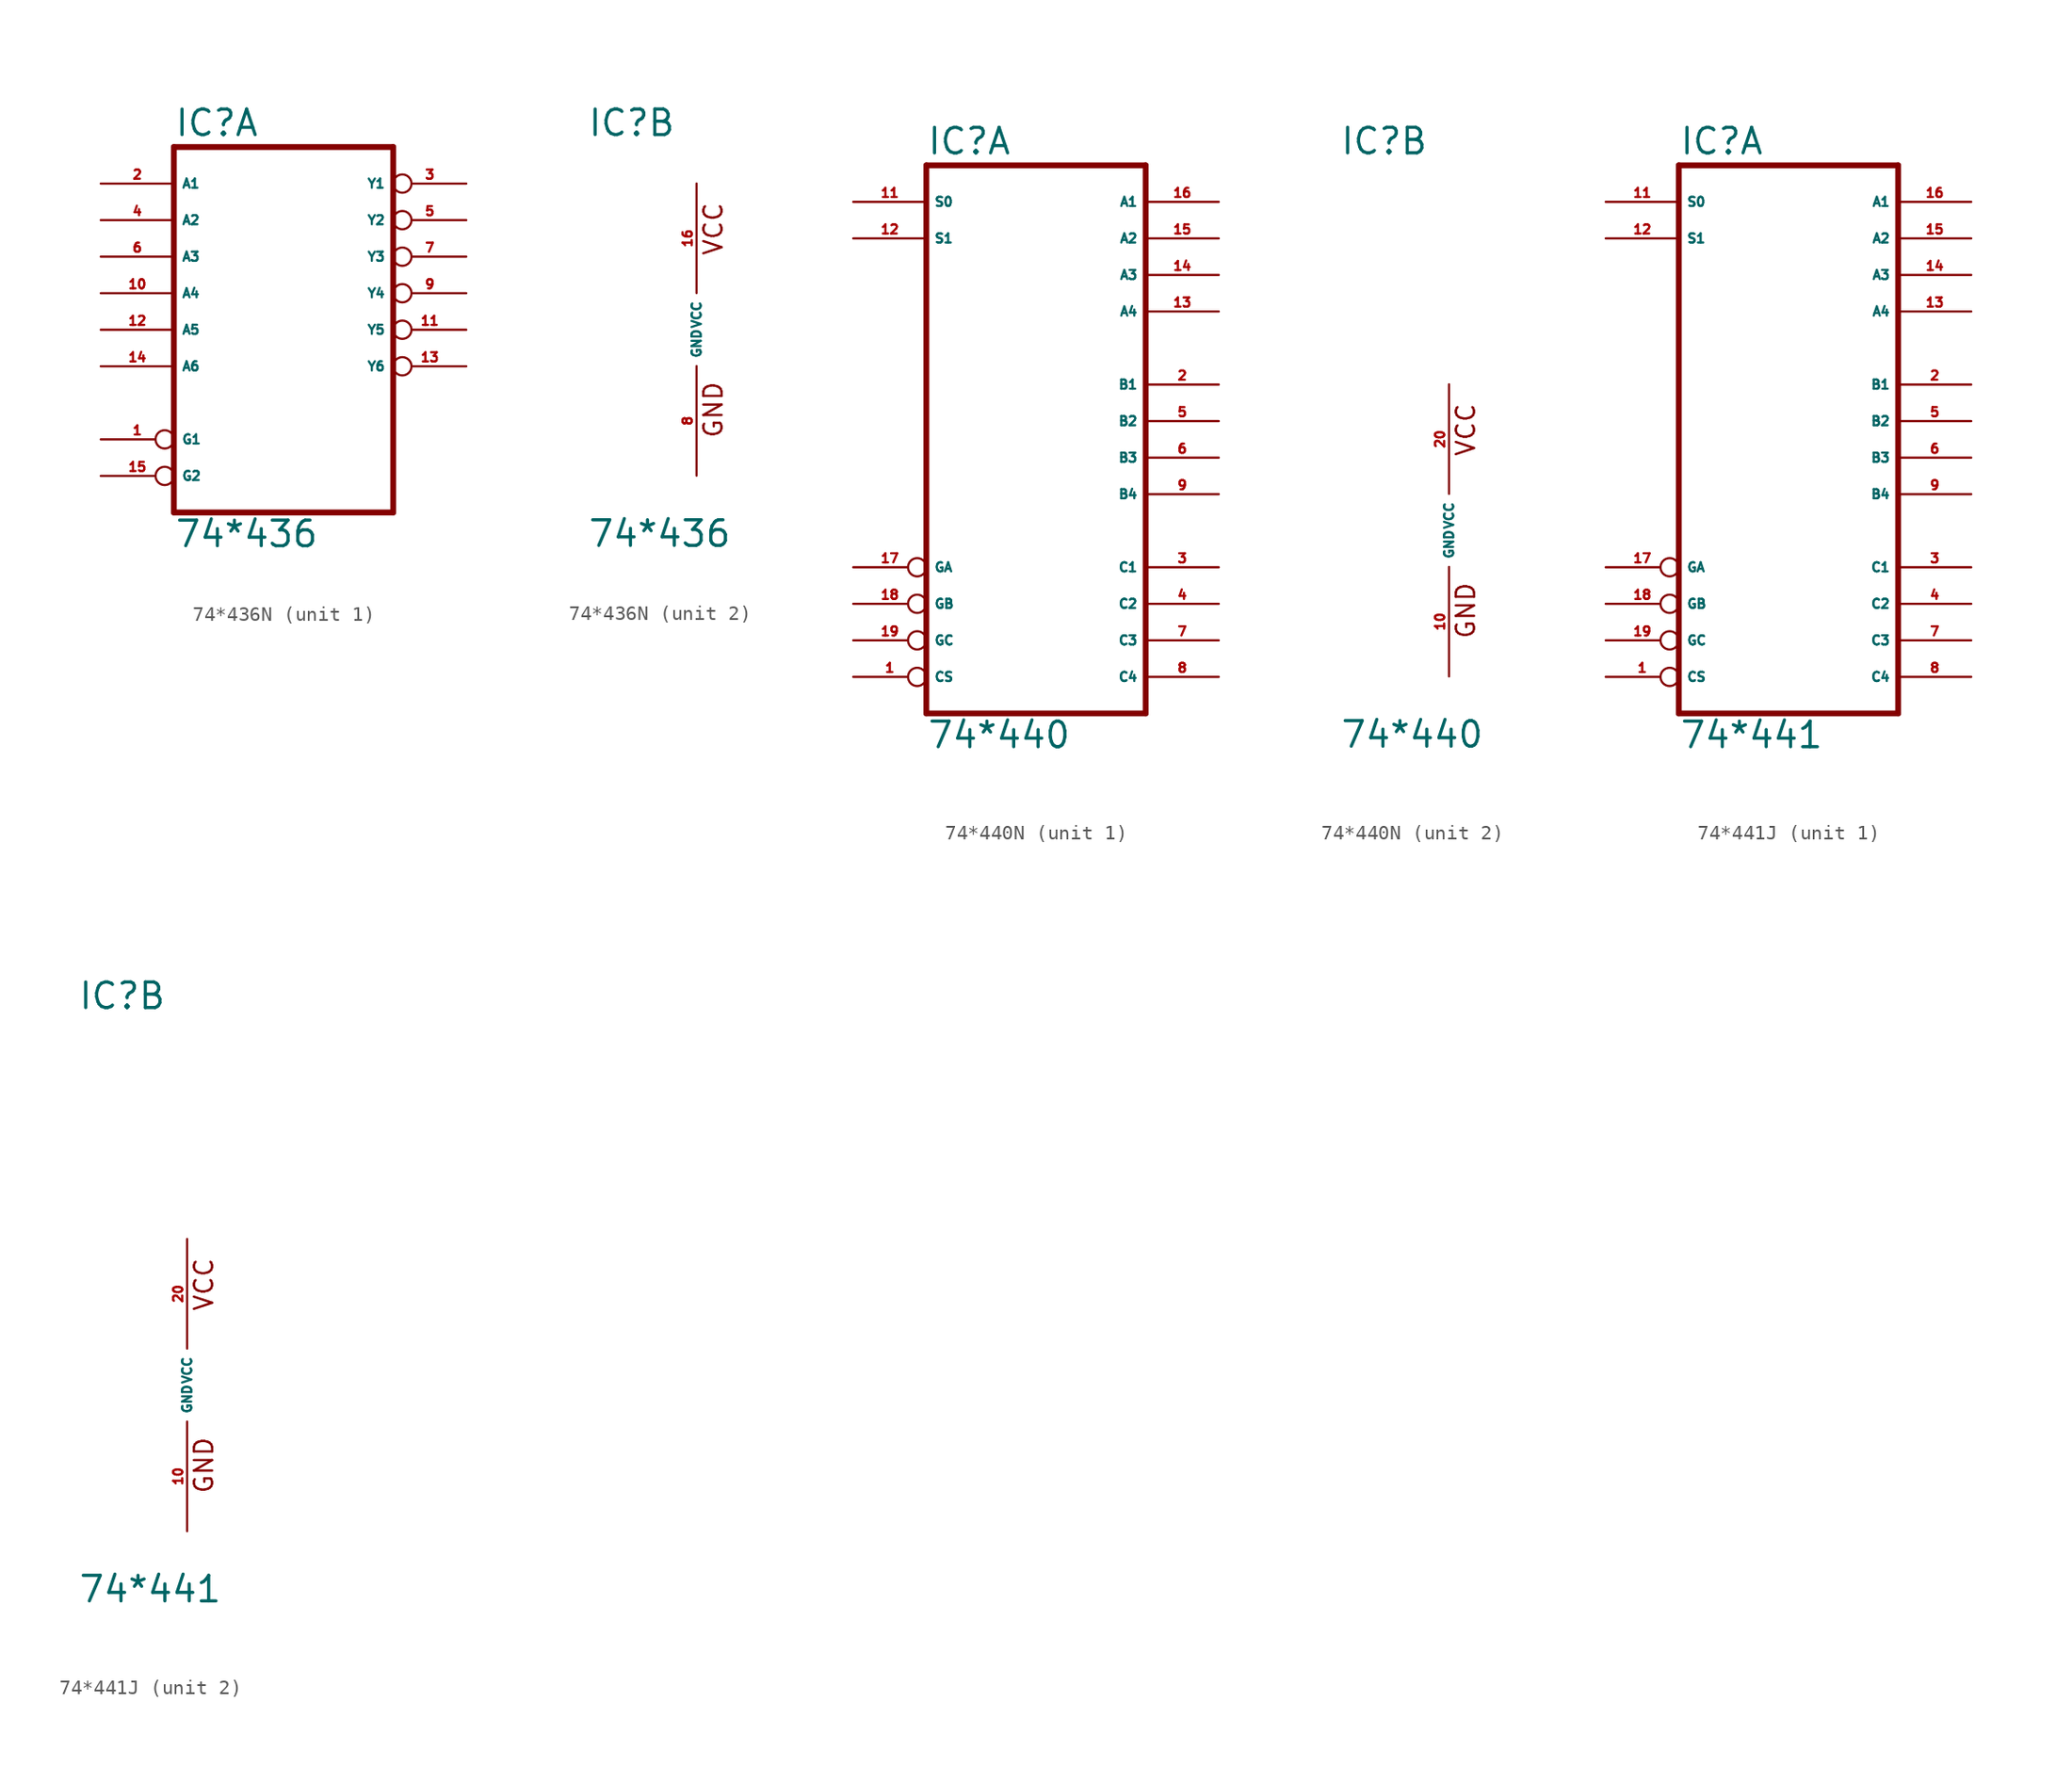
<source format=kicad_sym>
(kicad_symbol_lib
  (version 20220914)
  (generator Eagle2Kicad)
  (symbol "74*436N"
    (property "Reference" "IC"
      (at -7.62 13.335 0)
      (effects (font (size 1.778 1.778) (thickness 0.22)) (justify left bottom)))
    (property "Value" "74*436"
      (at -7.62 -15.24 0)
      (effects (font (size 1.778 1.778) (thickness 0.22)) (justify left bottom)))
    (symbol "74*436N_1_0"
      (polyline (pts (xy -7.62 -12.7) (xy 7.62 -12.7)) (stroke (width 0.406) (type default)) (fill (type none)))
      (polyline (pts (xy 7.62 -12.7) (xy 7.62 12.7)) (stroke (width 0.406) (type default)) (fill (type none)))
      (polyline (pts (xy 7.62 12.7) (xy -7.62 12.7)) (stroke (width 0.406) (type default)) (fill (type none)))
      (polyline (pts (xy -7.62 12.7) (xy -7.62 -12.7)) (stroke (width 0.406) (type default)) (fill (type none)))
      (pin input inverted (at -12.7 -7.62 0) (length 5.08) (name "G1" (effects (font (size 0.635 0.635) (thickness 0.08)) (justify left bottom))) (number "1" (effects (font (size 0.635 0.635) (thickness 0.08)) (justify left bottom))))
      (pin input line (at -12.7 10.16 0) (length 5.08) (name "A1" (effects (font (size 0.635 0.635) (thickness 0.08)) (justify left bottom))) (number "2" (effects (font (size 0.635 0.635) (thickness 0.08)) (justify left bottom))))
      (pin output inverted (at 12.7 10.16 180) (length 5.08) (name "Y1" (effects (font (size 0.635 0.635) (thickness 0.08)) (justify left bottom))) (number "3" (effects (font (size 0.635 0.635) (thickness 0.08)) (justify left bottom))))
      (pin input line (at -12.7 7.62 0) (length 5.08) (name "A2" (effects (font (size 0.635 0.635) (thickness 0.08)) (justify left bottom))) (number "4" (effects (font (size 0.635 0.635) (thickness 0.08)) (justify left bottom))))
      (pin output inverted (at 12.7 7.62 180) (length 5.08) (name "Y2" (effects (font (size 0.635 0.635) (thickness 0.08)) (justify left bottom))) (number "5" (effects (font (size 0.635 0.635) (thickness 0.08)) (justify left bottom))))
      (pin input line (at -12.7 5.08 0) (length 5.08) (name "A3" (effects (font (size 0.635 0.635) (thickness 0.08)) (justify left bottom))) (number "6" (effects (font (size 0.635 0.635) (thickness 0.08)) (justify left bottom))))
      (pin output inverted (at 12.7 5.08 180) (length 5.08) (name "Y3" (effects (font (size 0.635 0.635) (thickness 0.08)) (justify left bottom))) (number "7" (effects (font (size 0.635 0.635) (thickness 0.08)) (justify left bottom))))
      (pin output inverted (at 12.7 2.54 180) (length 5.08) (name "Y4" (effects (font (size 0.635 0.635) (thickness 0.08)) (justify left bottom))) (number "9" (effects (font (size 0.635 0.635) (thickness 0.08)) (justify left bottom))))
      (pin input line (at -12.7 2.54 0) (length 5.08) (name "A4" (effects (font (size 0.635 0.635) (thickness 0.08)) (justify left bottom))) (number "10" (effects (font (size 0.635 0.635) (thickness 0.08)) (justify left bottom))))
      (pin output inverted (at 12.7 0 180) (length 5.08) (name "Y5" (effects (font (size 0.635 0.635) (thickness 0.08)) (justify left bottom))) (number "11" (effects (font (size 0.635 0.635) (thickness 0.08)) (justify left bottom))))
      (pin input line (at -12.7 0 0) (length 5.08) (name "A5" (effects (font (size 0.635 0.635) (thickness 0.08)) (justify left bottom))) (number "12" (effects (font (size 0.635 0.635) (thickness 0.08)) (justify left bottom))))
      (pin output inverted (at 12.7 -2.54 180) (length 5.08) (name "Y6" (effects (font (size 0.635 0.635) (thickness 0.08)) (justify left bottom))) (number "13" (effects (font (size 0.635 0.635) (thickness 0.08)) (justify left bottom))))
      (pin input line (at -12.7 -2.54 0) (length 5.08) (name "A6" (effects (font (size 0.635 0.635) (thickness 0.08)) (justify left bottom))) (number "14" (effects (font (size 0.635 0.635) (thickness 0.08)) (justify left bottom))))
      (pin input inverted (at -12.7 -10.16 0) (length 5.08) (name "G2" (effects (font (size 0.635 0.635) (thickness 0.08)) (justify left bottom))) (number "15" (effects (font (size 0.635 0.635) (thickness 0.08)) (justify left bottom)))))
    (symbol "74*436N_2_0"
      (text "GND" (at 1.905 -7.62 900) (effects (font (size 1.27 1.27) (thickness 0.16)) (justify left bottom)))
      (text "VCC" (at 1.905 5.08 900) (effects (font (size 1.27 1.27) (thickness 0.16)) (justify left bottom)))
      (pin unspecified line (at 0 -10.16 90) (length 7.62) (name "GND" (effects (font (size 0.635 0.635) (thickness 0.08)) (justify left bottom))) (number "8" (effects (font (size 0.635 0.635) (thickness 0.08)) (justify left bottom))))
      (pin unspecified line (at 0 10.16 270) (length 7.62) (name "VCC" (effects (font (size 0.635 0.635) (thickness 0.08)) (justify left bottom))) (number "16" (effects (font (size 0.635 0.635) (thickness 0.08)) (justify left bottom))))))
  (symbol "74*440N"
    (property "Reference" "IC"
      (at -7.62 26.035 0)
      (effects (font (size 1.778 1.778) (thickness 0.22)) (justify left bottom)))
    (property "Value" "74*440"
      (at -7.62 -15.24 0)
      (effects (font (size 1.778 1.778) (thickness 0.22)) (justify left bottom)))
    (symbol "74*440N_1_0"
      (polyline (pts (xy -7.62 -12.7) (xy 7.62 -12.7)) (stroke (width 0.406) (type default)) (fill (type none)))
      (polyline (pts (xy 7.62 -12.7) (xy 7.62 25.4)) (stroke (width 0.406) (type default)) (fill (type none)))
      (polyline (pts (xy 7.62 25.4) (xy -7.62 25.4)) (stroke (width 0.406) (type default)) (fill (type none)))
      (polyline (pts (xy -7.62 25.4) (xy -7.62 -12.7)) (stroke (width 0.406) (type default)) (fill (type none)))
      (pin input inverted (at -12.7 -10.16 0) (length 5.08) (name "CS" (effects (font (size 0.635 0.635) (thickness 0.08)) (justify left bottom))) (number "1" (effects (font (size 0.635 0.635) (thickness 0.08)) (justify left bottom))))
      (pin bidirectional line (at 12.7 10.16 180) (length 5.08) (name "B1" (effects (font (size 0.635 0.635) (thickness 0.08)) (justify left bottom))) (number "2" (effects (font (size 0.635 0.635) (thickness 0.08)) (justify left bottom))))
      (pin bidirectional line (at 12.7 -2.54 180) (length 5.08) (name "C1" (effects (font (size 0.635 0.635) (thickness 0.08)) (justify left bottom))) (number "3" (effects (font (size 0.635 0.635) (thickness 0.08)) (justify left bottom))))
      (pin bidirectional line (at 12.7 -5.08 180) (length 5.08) (name "C2" (effects (font (size 0.635 0.635) (thickness 0.08)) (justify left bottom))) (number "4" (effects (font (size 0.635 0.635) (thickness 0.08)) (justify left bottom))))
      (pin bidirectional line (at 12.7 7.62 180) (length 5.08) (name "B2" (effects (font (size 0.635 0.635) (thickness 0.08)) (justify left bottom))) (number "5" (effects (font (size 0.635 0.635) (thickness 0.08)) (justify left bottom))))
      (pin bidirectional line (at 12.7 5.08 180) (length 5.08) (name "B3" (effects (font (size 0.635 0.635) (thickness 0.08)) (justify left bottom))) (number "6" (effects (font (size 0.635 0.635) (thickness 0.08)) (justify left bottom))))
      (pin bidirectional line (at 12.7 -7.62 180) (length 5.08) (name "C3" (effects (font (size 0.635 0.635) (thickness 0.08)) (justify left bottom))) (number "7" (effects (font (size 0.635 0.635) (thickness 0.08)) (justify left bottom))))
      (pin bidirectional line (at 12.7 -10.16 180) (length 5.08) (name "C4" (effects (font (size 0.635 0.635) (thickness 0.08)) (justify left bottom))) (number "8" (effects (font (size 0.635 0.635) (thickness 0.08)) (justify left bottom))))
      (pin bidirectional line (at 12.7 2.54 180) (length 5.08) (name "B4" (effects (font (size 0.635 0.635) (thickness 0.08)) (justify left bottom))) (number "9" (effects (font (size 0.635 0.635) (thickness 0.08)) (justify left bottom))))
      (pin input line (at -12.7 22.86 0) (length 5.08) (name "S0" (effects (font (size 0.635 0.635) (thickness 0.08)) (justify left bottom))) (number "11" (effects (font (size 0.635 0.635) (thickness 0.08)) (justify left bottom))))
      (pin input line (at -12.7 20.32 0) (length 5.08) (name "S1" (effects (font (size 0.635 0.635) (thickness 0.08)) (justify left bottom))) (number "12" (effects (font (size 0.635 0.635) (thickness 0.08)) (justify left bottom))))
      (pin bidirectional line (at 12.7 15.24 180) (length 5.08) (name "A4" (effects (font (size 0.635 0.635) (thickness 0.08)) (justify left bottom))) (number "13" (effects (font (size 0.635 0.635) (thickness 0.08)) (justify left bottom))))
      (pin bidirectional line (at 12.7 17.78 180) (length 5.08) (name "A3" (effects (font (size 0.635 0.635) (thickness 0.08)) (justify left bottom))) (number "14" (effects (font (size 0.635 0.635) (thickness 0.08)) (justify left bottom))))
      (pin bidirectional line (at 12.7 20.32 180) (length 5.08) (name "A2" (effects (font (size 0.635 0.635) (thickness 0.08)) (justify left bottom))) (number "15" (effects (font (size 0.635 0.635) (thickness 0.08)) (justify left bottom))))
      (pin bidirectional line (at 12.7 22.86 180) (length 5.08) (name "A1" (effects (font (size 0.635 0.635) (thickness 0.08)) (justify left bottom))) (number "16" (effects (font (size 0.635 0.635) (thickness 0.08)) (justify left bottom))))
      (pin input inverted (at -12.7 -2.54 0) (length 5.08) (name "GA" (effects (font (size 0.635 0.635) (thickness 0.08)) (justify left bottom))) (number "17" (effects (font (size 0.635 0.635) (thickness 0.08)) (justify left bottom))))
      (pin input inverted (at -12.7 -5.08 0) (length 5.08) (name "GB" (effects (font (size 0.635 0.635) (thickness 0.08)) (justify left bottom))) (number "18" (effects (font (size 0.635 0.635) (thickness 0.08)) (justify left bottom))))
      (pin input inverted (at -12.7 -7.62 0) (length 5.08) (name "GC" (effects (font (size 0.635 0.635) (thickness 0.08)) (justify left bottom))) (number "19" (effects (font (size 0.635 0.635) (thickness 0.08)) (justify left bottom)))))
    (symbol "74*440N_2_0"
      (text "GND" (at 1.905 -7.62 900) (effects (font (size 1.27 1.27) (thickness 0.16)) (justify left bottom)))
      (text "VCC" (at 1.905 5.08 900) (effects (font (size 1.27 1.27) (thickness 0.16)) (justify left bottom)))
      (pin unspecified line (at 0 -10.16 90) (length 7.62) (name "GND" (effects (font (size 0.635 0.635) (thickness 0.08)) (justify left bottom))) (number "10" (effects (font (size 0.635 0.635) (thickness 0.08)) (justify left bottom))))
      (pin unspecified line (at 0 10.16 270) (length 7.62) (name "VCC" (effects (font (size 0.635 0.635) (thickness 0.08)) (justify left bottom))) (number "20" (effects (font (size 0.635 0.635) (thickness 0.08)) (justify left bottom))))))
  (symbol "74*441J"
    (property "Reference" "IC"
      (at -7.62 26.035 0)
      (effects (font (size 1.778 1.778) (thickness 0.22)) (justify left bottom)))
    (property "Value" "74*441"
      (at -7.62 -15.24 0)
      (effects (font (size 1.778 1.778) (thickness 0.22)) (justify left bottom)))
    (symbol "74*441J_1_0"
      (polyline (pts (xy -7.62 -12.7) (xy 7.62 -12.7)) (stroke (width 0.406) (type default)) (fill (type none)))
      (polyline (pts (xy 7.62 -12.7) (xy 7.62 25.4)) (stroke (width 0.406) (type default)) (fill (type none)))
      (polyline (pts (xy 7.62 25.4) (xy -7.62 25.4)) (stroke (width 0.406) (type default)) (fill (type none)))
      (polyline (pts (xy -7.62 25.4) (xy -7.62 -12.7)) (stroke (width 0.406) (type default)) (fill (type none)))
      (pin input inverted (at -12.7 -10.16 0) (length 5.08) (name "CS" (effects (font (size 0.635 0.635) (thickness 0.08)) (justify left bottom))) (number "1" (effects (font (size 0.635 0.635) (thickness 0.08)) (justify left bottom))))
      (pin bidirectional line (at 12.7 10.16 180) (length 5.08) (name "B1" (effects (font (size 0.635 0.635) (thickness 0.08)) (justify left bottom))) (number "2" (effects (font (size 0.635 0.635) (thickness 0.08)) (justify left bottom))))
      (pin bidirectional line (at 12.7 -2.54 180) (length 5.08) (name "C1" (effects (font (size 0.635 0.635) (thickness 0.08)) (justify left bottom))) (number "3" (effects (font (size 0.635 0.635) (thickness 0.08)) (justify left bottom))))
      (pin bidirectional line (at 12.7 -5.08 180) (length 5.08) (name "C2" (effects (font (size 0.635 0.635) (thickness 0.08)) (justify left bottom))) (number "4" (effects (font (size 0.635 0.635) (thickness 0.08)) (justify left bottom))))
      (pin bidirectional line (at 12.7 7.62 180) (length 5.08) (name "B2" (effects (font (size 0.635 0.635) (thickness 0.08)) (justify left bottom))) (number "5" (effects (font (size 0.635 0.635) (thickness 0.08)) (justify left bottom))))
      (pin bidirectional line (at 12.7 5.08 180) (length 5.08) (name "B3" (effects (font (size 0.635 0.635) (thickness 0.08)) (justify left bottom))) (number "6" (effects (font (size 0.635 0.635) (thickness 0.08)) (justify left bottom))))
      (pin bidirectional line (at 12.7 -7.62 180) (length 5.08) (name "C3" (effects (font (size 0.635 0.635) (thickness 0.08)) (justify left bottom))) (number "7" (effects (font (size 0.635 0.635) (thickness 0.08)) (justify left bottom))))
      (pin bidirectional line (at 12.7 -10.16 180) (length 5.08) (name "C4" (effects (font (size 0.635 0.635) (thickness 0.08)) (justify left bottom))) (number "8" (effects (font (size 0.635 0.635) (thickness 0.08)) (justify left bottom))))
      (pin bidirectional line (at 12.7 2.54 180) (length 5.08) (name "B4" (effects (font (size 0.635 0.635) (thickness 0.08)) (justify left bottom))) (number "9" (effects (font (size 0.635 0.635) (thickness 0.08)) (justify left bottom))))
      (pin input line (at -12.7 22.86 0) (length 5.08) (name "S0" (effects (font (size 0.635 0.635) (thickness 0.08)) (justify left bottom))) (number "11" (effects (font (size 0.635 0.635) (thickness 0.08)) (justify left bottom))))
      (pin input line (at -12.7 20.32 0) (length 5.08) (name "S1" (effects (font (size 0.635 0.635) (thickness 0.08)) (justify left bottom))) (number "12" (effects (font (size 0.635 0.635) (thickness 0.08)) (justify left bottom))))
      (pin bidirectional line (at 12.7 15.24 180) (length 5.08) (name "A4" (effects (font (size 0.635 0.635) (thickness 0.08)) (justify left bottom))) (number "13" (effects (font (size 0.635 0.635) (thickness 0.08)) (justify left bottom))))
      (pin bidirectional line (at 12.7 17.78 180) (length 5.08) (name "A3" (effects (font (size 0.635 0.635) (thickness 0.08)) (justify left bottom))) (number "14" (effects (font (size 0.635 0.635) (thickness 0.08)) (justify left bottom))))
      (pin bidirectional line (at 12.7 20.32 180) (length 5.08) (name "A2" (effects (font (size 0.635 0.635) (thickness 0.08)) (justify left bottom))) (number "15" (effects (font (size 0.635 0.635) (thickness 0.08)) (justify left bottom))))
      (pin bidirectional line (at 12.7 22.86 180) (length 5.08) (name "A1" (effects (font (size 0.635 0.635) (thickness 0.08)) (justify left bottom))) (number "16" (effects (font (size 0.635 0.635) (thickness 0.08)) (justify left bottom))))
      (pin input inverted (at -12.7 -2.54 0) (length 5.08) (name "GA" (effects (font (size 0.635 0.635) (thickness 0.08)) (justify left bottom))) (number "17" (effects (font (size 0.635 0.635) (thickness 0.08)) (justify left bottom))))
      (pin input inverted (at -12.7 -5.08 0) (length 5.08) (name "GB" (effects (font (size 0.635 0.635) (thickness 0.08)) (justify left bottom))) (number "18" (effects (font (size 0.635 0.635) (thickness 0.08)) (justify left bottom))))
      (pin input inverted (at -12.7 -7.62 0) (length 5.08) (name "GC" (effects (font (size 0.635 0.635) (thickness 0.08)) (justify left bottom))) (number "19" (effects (font (size 0.635 0.635) (thickness 0.08)) (justify left bottom)))))
    (symbol "74*441J_2_0"
      (text "GND" (at 1.905 -7.62 900) (effects (font (size 1.27 1.27) (thickness 0.16)) (justify left bottom)))
      (text "VCC" (at 1.905 5.08 900) (effects (font (size 1.27 1.27) (thickness 0.16)) (justify left bottom)))
      (pin unspecified line (at 0 -10.16 90) (length 7.62) (name "GND" (effects (font (size 0.635 0.635) (thickness 0.08)) (justify left bottom))) (number "10" (effects (font (size 0.635 0.635) (thickness 0.08)) (justify left bottom))))
      (pin unspecified line (at 0 10.16 270) (length 7.62) (name "VCC" (effects (font (size 0.635 0.635) (thickness 0.08)) (justify left bottom))) (number "20" (effects (font (size 0.635 0.635) (thickness 0.08)) (justify left bottom)))))))
</source>
